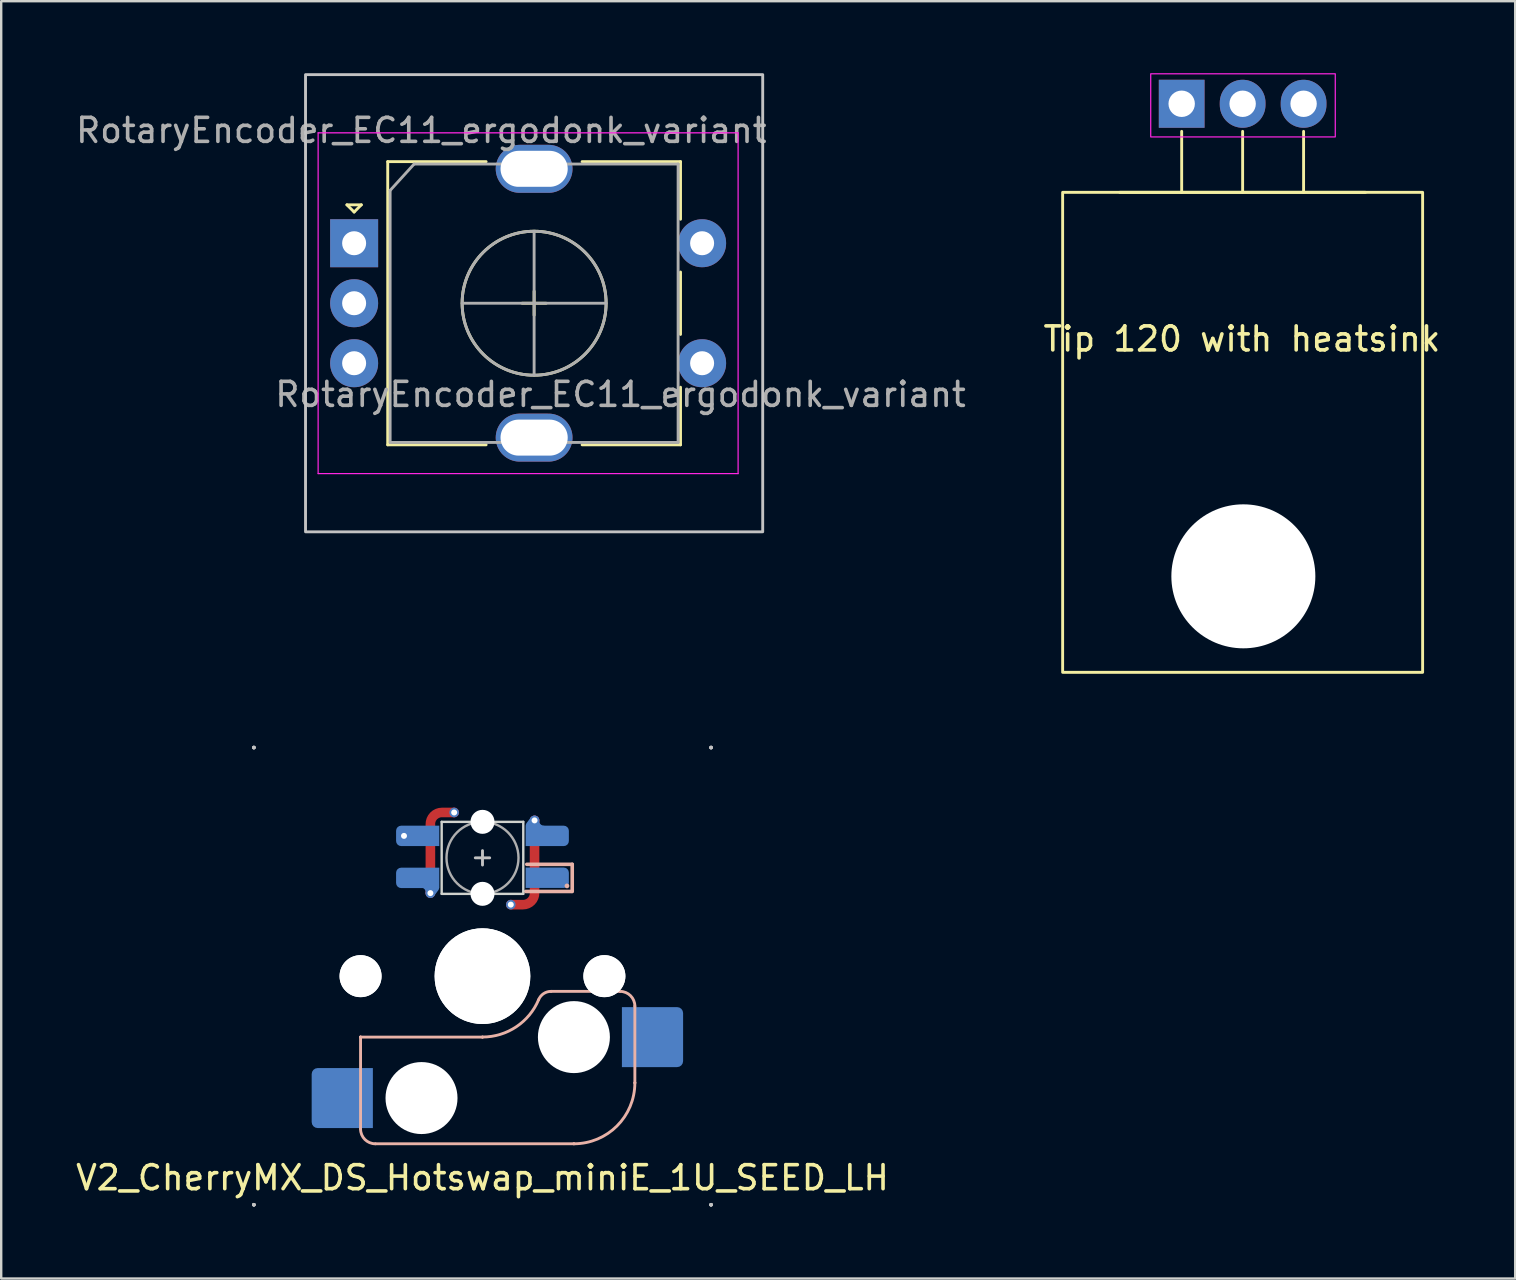
<source format=kicad_pcb>
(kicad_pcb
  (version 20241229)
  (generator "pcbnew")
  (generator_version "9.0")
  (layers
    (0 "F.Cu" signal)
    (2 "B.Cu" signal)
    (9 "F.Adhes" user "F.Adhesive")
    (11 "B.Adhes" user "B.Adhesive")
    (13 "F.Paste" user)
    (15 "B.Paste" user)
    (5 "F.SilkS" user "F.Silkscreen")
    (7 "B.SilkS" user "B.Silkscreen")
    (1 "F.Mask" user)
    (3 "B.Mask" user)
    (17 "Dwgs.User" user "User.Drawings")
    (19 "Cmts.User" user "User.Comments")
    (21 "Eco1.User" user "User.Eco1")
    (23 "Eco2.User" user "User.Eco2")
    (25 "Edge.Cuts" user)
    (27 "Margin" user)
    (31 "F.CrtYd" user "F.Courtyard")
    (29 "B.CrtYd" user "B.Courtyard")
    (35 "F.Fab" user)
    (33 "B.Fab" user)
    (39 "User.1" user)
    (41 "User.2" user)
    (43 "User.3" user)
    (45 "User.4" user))
  (footprint "RotaryEncoder_EC11_ergodonk_variant"
    (layer "F.Cu")
    (at 19.206 9.585)
    (property "Reference" "RotaryEncoder_EC11_ergodonk_variant" (at -4.7 -7.2 0) (layer "F.Fab") (effects (font (size 1 1) (thickness 0.15))))
    (attr through_hole)
    (fp_line (start -7.8 -4.1) (end -7.2 -4.1) (stroke (width 0.12) (type solid)) (layer "F.SilkS"))
    (fp_line (start -7.5 -3.8) (end -7.8 -4.1) (stroke (width 0.12) (type solid)) (layer "F.SilkS"))
    (fp_line (start -7.2 -4.1) (end -7.5 -3.8) (stroke (width 0.12) (type solid)) (layer "F.SilkS"))
    (fp_line (start -6.1 -5.9) (end -6.1 5.9) (stroke (width 0.12) (type solid)) (layer "F.SilkS"))
    (fp_line (start -2 -5.9) (end -6.1 -5.9) (stroke (width 0.12) (type solid)) (layer "F.SilkS"))
    (fp_line (start -2 5.9) (end -6.1 5.9) (stroke (width 0.12) (type solid)) (layer "F.SilkS"))
    (fp_line (start -0.5 0) (end 0.5 0) (stroke (width 0.12) (type solid)) (layer "F.SilkS"))
    (fp_line (start 0 -0.5) (end 0 0.5) (stroke (width 0.12) (type solid)) (layer "F.SilkS"))
    (fp_line (start 2 -5.9) (end 6.1 -5.9) (stroke (width 0.12) (type solid)) (layer "F.SilkS"))
    (fp_line (start 6.1 -5.9) (end 6.1 -3.5) (stroke (width 0.12) (type solid)) (layer "F.SilkS"))
    (fp_line (start 6.1 -1.3) (end 6.1 1.3) (stroke (width 0.12) (type solid)) (layer "F.SilkS"))
    (fp_line (start 6.1 3.5) (end 6.1 5.9) (stroke (width 0.12) (type solid)) (layer "F.SilkS"))
    (fp_line (start 6.1 5.9) (end 2 5.9) (stroke (width 0.12) (type solid)) (layer "F.SilkS"))
    (fp_circle (center 0 0) (end 3 0) (stroke (width 0.12) (type solid)) (fill no) (layer "F.SilkS"))
    (fp_rect (start 9.525 -9.525) (end -9.525 9.525) (stroke (width 0.12) (type solid)) (fill no) (layer "Dwgs.User"))
    (fp_line (start -9 -7.1) (end -9 7.1) (stroke (width 0.05) (type solid)) (layer "F.CrtYd"))
    (fp_line (start -9 -7.1) (end 8.5 -7.1) (stroke (width 0.05) (type solid)) (layer "F.CrtYd"))
    (fp_line (start 8.5 7.1) (end -9 7.1) (stroke (width 0.05) (type solid)) (layer "F.CrtYd"))
    (fp_line (start 8.5 7.1) (end 8.5 -7.1) (stroke (width 0.05) (type solid)) (layer "F.CrtYd"))
    (fp_line (start -6 -4.7) (end -5 -5.8) (stroke (width 0.12) (type solid)) (layer "F.Fab"))
    (fp_line (start -6 5.8) (end -6 -4.7) (stroke (width 0.12) (type solid)) (layer "F.Fab"))
    (fp_line (start -5 -5.8) (end 6 -5.8) (stroke (width 0.12) (type solid)) (layer "F.Fab"))
    (fp_line (start -3 0) (end 3 0) (stroke (width 0.12) (type solid)) (layer "F.Fab"))
    (fp_line (start 0 -3) (end 0 3) (stroke (width 0.12) (type solid)) (layer "F.Fab"))
    (fp_line (start 6 -5.8) (end 6 5.8) (stroke (width 0.12) (type solid)) (layer "F.Fab"))
    (fp_line (start 6 5.8) (end -6 5.8) (stroke (width 0.12) (type solid)) (layer "F.Fab"))
    (fp_circle (center 0 0) (end 3 0) (stroke (width 0.12) (type solid)) (fill no) (layer "F.Fab"))
    (fp_text user "${REFERENCE}" (at 3.6 3.8 0) (layer "F.Fab") (effects (font (size 1 1) (thickness 0.15))))
    (pad "" np_thru_hole oval (at 0 -5.6) (size 3.2 2) (drill oval 2.8 1.5) (layers "*.Cu" "*.Mask"))
    (pad "" np_thru_hole oval (at 0 5.6) (size 3.2 2) (drill oval 2.8 1.5) (layers "*.Cu" "*.Mask"))
    (pad "A" thru_hole rect (at -7.5 -2.5) (size 2 2) (drill 1) (layers "*.Cu" "*.Mask"))
    (pad "B" thru_hole circle (at -7.5 2.5) (size 2 2) (drill 1) (layers "*.Cu" "*.Mask"))
    (pad "C" thru_hole circle (at -7.5 0) (size 2 2) (drill 1) (layers "*.Cu" "*.Mask"))
    (pad "S1" thru_hole circle (at 7 2.5) (size 2 2) (drill 1) (layers "*.Cu" "*.Mask"))
    (pad "S2" thru_hole circle (at 7 -2.5) (size 2 2) (drill 1) (layers "*.Cu" "*.Mask")))
  (footprint "V2_CherryMX_DS_Hotswap_miniE_1U_SEED_LH"
    (layer "F.Cu")
    (at 17.054 37.625)
    (property "Reference" "V2_CherryMX_DS_Hotswap_miniE_1U_SEED_LH" (at 0 8.4 180) (layer "F.SilkS") (effects (font (size 1 1) (thickness 0.15))))
    (attr through_hole)
    (fp_line (start -5.08 2.54) (end -5.08 2.54) (stroke (width 0.12) (type solid)) (layer "B.SilkS"))
    (fp_line (start -5.08 2.54) (end -5.08 2.54) (stroke (width 0.12) (type solid)) (layer "B.SilkS"))
    (fp_line (start -5.08 6.36) (end -5.08 2.54) (stroke (width 0.12) (type solid)) (layer "B.SilkS"))
    (fp_line (start -4.46 6.985) (end 3.81 6.985) (stroke (width 0.12) (type solid)) (layer "B.SilkS"))
    (fp_line (start 0 2.54) (end -5.08 2.54) (stroke (width 0.12) (type solid)) (layer "B.SilkS"))
    (fp_line (start 0 2.54) (end 0 2.54) (stroke (width 0.12) (type solid)) (layer "B.SilkS"))
    (fp_line (start 1.8 -3.53) (end 3.724 -3.53) (stroke (width 0.15) (type solid)) (layer "B.SilkS"))
    (fp_line (start 2.86 0.635) (end 5.72 0.635) (stroke (width 0.12) (type solid)) (layer "B.SilkS"))
    (fp_line (start 3.74 -4.66) (end 1.847 -4.66) (stroke (width 0.15) (type solid)) (layer "B.SilkS"))
    (fp_line (start 3.74 -3.53) (end 3.74 -4.66) (stroke (width 0.15) (type solid)) (layer "B.SilkS"))
    (fp_line (start 3.81 6.985) (end 3.81 6.985) (stroke (width 0.12) (type solid)) (layer "B.SilkS"))
    (fp_line (start 6.35 1.25) (end 6.35 4.445) (stroke (width 0.12) (type solid)) (layer "B.SilkS"))
    (fp_line (start 6.35 4.445) (end 6.35 4.445) (stroke (width 0.12) (type solid)) (layer "B.SilkS"))
    (fp_arc (start -4.465 6.985) (mid -4.899871 6.804871) (end -5.08 6.37) (stroke (width 0.12) (type default)) (layer "B.SilkS"))
    (fp_arc (start 2.34 0.98) (mid 1.405313 2.11213) (end 0 2.536928) (stroke (width 0.12) (type solid)) (layer "B.SilkS"))
    (fp_arc (start 2.34 0.98) (mid 2.547382 0.727885) (end 2.859999 0.633863) (stroke (width 0.12) (type default)) (layer "B.SilkS"))
    (fp_arc (start 5.735129 0.635) (mid 6.17 0.815129) (end 6.350129 1.25) (stroke (width 0.12) (type default)) (layer "B.SilkS"))
    (fp_arc (start 6.35 4.445) (mid 5.606051 6.241051) (end 3.81 6.985) (stroke (width 0.12) (type solid)) (layer "B.SilkS"))
    (fp_circle (center 3.521 -3.76) (end 3.62 -3.76) (stroke (width 0) (type solid)) (fill yes) (layer "B.SilkS"))
    (fp_line (start -9.525 -9.525) (end -9.525 -9.525) (stroke (width 0.15) (type solid)) (layer "Dwgs.User"))
    (fp_line (start -9.525 -9.525) (end -9.525 -9.525) (stroke (width 0.15) (type solid)) (layer "Dwgs.User"))
    (fp_line (start -9.525 -9.525) (end -9.525 -9.525) (stroke (width 0.15) (type solid)) (layer "Dwgs.User"))
    (fp_line (start -9.525 -9.525) (end -9.525 -9.525) (stroke (width 0.15) (type solid)) (layer "Dwgs.User"))
    (fp_line (start -9.525 9.525) (end -9.525 9.525) (stroke (width 0.15) (type solid)) (layer "Dwgs.User"))
    (fp_line (start -9.525 9.525) (end -9.525 9.525) (stroke (width 0.15) (type solid)) (layer "Dwgs.User"))
    (fp_line (start -9.525 9.525) (end -9.525 9.525) (stroke (width 0.15) (type solid)) (layer "Dwgs.User"))
    (fp_line (start -9.525 9.525) (end -9.525 9.525) (stroke (width 0.15) (type solid)) (layer "Dwgs.User"))
    (fp_line (start -0.299 -4.93) (end 0.3 -4.93) (stroke (width 0.12) (type solid)) (layer "Dwgs.User"))
    (fp_line (start 0.001 -4.63) (end 0.001 -5.23) (stroke (width 0.12) (type solid)) (layer "Dwgs.User"))
    (fp_line (start 9.525 -9.525) (end 9.525 -9.525) (stroke (width 0.15) (type solid)) (layer "Dwgs.User"))
    (fp_line (start 9.525 -9.525) (end 9.525 -9.525) (stroke (width 0.15) (type solid)) (layer "Dwgs.User"))
    (fp_line (start 9.525 -9.525) (end 9.525 -9.525) (stroke (width 0.15) (type solid)) (layer "Dwgs.User"))
    (fp_line (start 9.525 -9.525) (end 9.525 -9.525) (stroke (width 0.15) (type solid)) (layer "Dwgs.User"))
    (fp_line (start 9.525 9.525) (end 9.525 9.525) (stroke (width 0.15) (type solid)) (layer "Dwgs.User"))
    (fp_line (start 9.525 9.525) (end 9.525 9.525) (stroke (width 0.15) (type solid)) (layer "Dwgs.User"))
    (fp_line (start 9.525 9.525) (end 9.525 9.525) (stroke (width 0.15) (type solid)) (layer "Dwgs.User"))
    (fp_line (start 9.525 9.525) (end 9.525 9.525) (stroke (width 0.15) (type solid)) (layer "Dwgs.User"))
    (fp_rect (start -7 -7) (end 7 7) (stroke (width 0.12) (type default)) (fill no) (layer "Eco2.User"))
    (fp_line (start -1.7 -6.43) (end -1.7 -3.43) (stroke (width 0.1) (type solid)) (layer "Edge.Cuts"))
    (fp_line (start 1.7 -6.43) (end -1.7 -6.43) (stroke (width 0.1) (type solid)) (layer "Edge.Cuts"))
    (fp_line (start 1.7 -3.43) (end -1.7 -3.43) (stroke (width 0.1) (type solid)) (layer "Edge.Cuts"))
    (fp_line (start 1.7 -3.43) (end 1.7 -6.43) (stroke (width 0.1) (type solid)) (layer "Edge.Cuts"))
    (fp_circle (center 0.001 -4.93) (end 0.001 -6.43) (stroke (width 0.1) (type solid)) (fill no) (layer "F.Fab"))
    (fp_line (start -9.525 9.525) (end -9.525 -9.525) (stroke (width 0.15) (type solid)) (layer "User.2"))
    (fp_line (start 9.525 -9.525) (end -9.525 -9.525) (stroke (width 0.15) (type solid)) (layer "User.2"))
    (fp_line (start 9.525 9.525) (end -9.525 9.525) (stroke (width 0.15) (type solid)) (layer "User.2"))
    (fp_line (start 9.525 9.525) (end 9.525 -9.525) (stroke (width 0.15) (type solid)) (layer "User.2"))
    (pad "" np_thru_hole circle (at -5.08 0 180) (size 1.75 1.75) (drill 1.75) (layers "*.Cu" "*.Mask"))
    (pad "" np_thru_hole circle (at -5.08 0 180) (size 1.75 1.75) (drill 1.75) (layers "*.Cu" "*.Mask"))
    (pad "" smd roundrect (at -2.689 -5.845) (size 1.82 0.85) (layers "B.Mask") (roundrect_rratio 0.25) (chamfer_ratio 0) (chamfer top_right bottom_right))
    (pad "" smd roundrect (at -2.689 -4.095) (size 1.82 0.84) (layers "B.Mask") (roundrect_rratio 0.25) (chamfer_ratio 0) (chamfer top_right bottom_right))
    (pad "" np_thru_hole circle (at -2.54 5.08 180) (size 3 3) (drill 3) (layers "*.Cu" "*.Mask"))
    (pad "" np_thru_hole circle (at 0 0 180) (size 3.988 3.988) (drill 3.988) (layers "*.Cu" "*.Mask"))
    (pad "" np_thru_hole circle (at 0 0 180) (size 3.988 3.988) (drill 3.988) (layers "*.Cu" "*.Mask"))
    (pad "" np_thru_hole circle (at 0.001 -6.43 180) (size 1 1) (drill 1) (layers "*.Cu" "*.Mask"))
    (pad "" np_thru_hole circle (at 0.001 -3.43 180) (size 1 1) (drill 1) (layers "*.Cu" "*.Mask"))
    (pad "" smd rect (at 2.471 -4.09 180) (size 1.38 0.84) (layers "B.Mask"))
    (pad "" smd roundrect (at 2.691 -5.84 180) (size 1.82 0.84) (layers "B.Mask") (roundrect_rratio 0.25) (chamfer_ratio 0) (chamfer top_right bottom_right))
    (pad "" smd roundrect (at 2.855 -4.09 180) (size 1.49 0.84) (layers "B.Mask") (roundrect_rratio 0.25) (chamfer_ratio 0.5) (chamfer top_left))
    (pad "" np_thru_hole circle (at 3.81 2.54 180) (size 3 3) (drill 3) (layers "*.Cu" "*.Mask"))
    (pad "" np_thru_hole circle (at 5.08 0 180) (size 1.75 1.75) (drill 1.75) (layers "*.Cu" "*.Mask"))
    (pad "" np_thru_hole circle (at 5.08 0 180) (size 1.75 1.75) (drill 1.75) (layers "*.Cu" "*.Mask"))
    (pad "1" thru_hole circle (at -3.27 -5.845 180) (size 0.4 0.4) (drill 0.25) (layers "*.Cu" "*.Mask"))
    (pad "1" smd custom (at -2.7 -5.845) (size 0.85 0.85) (layers "B.Cu") (options (anchor circle)) (primitives (gr_poly (pts (xy -0.9 -0.212) (xy -0.884 -0.294) (xy -0.838 -0.363) (xy -0.769 -0.409) (xy -0.688 -0.425) (xy 0.9 -0.425) (xy 0.9 0.425) (xy -0.688 0.425) (xy -0.769 0.409) (xy -0.838 0.363) (xy -0.884 0.294) (xy -0.9 0.212)) (width 0) (fill yes))))
    (pad "2" smd custom (at -2.7 -4.095 180) (size 0.85 0.85) (layers "B.Cu") (options (anchor circle)) (primitives (gr_arc (start -0.150799 -0.213566) (mid -0.4195 -0.324865) (end -0.530799 -0.593566) (width 0.4)) (gr_line (start -0.529 -0.625) (end -0.7 -0.395) (width 0.4)) (gr_poly (pts (xy -0.9 -0.425) (xy 0.688 -0.425) (xy 0.769 -0.409) (xy 0.838 -0.363) (xy 0.884 -0.294) (xy 0.9 -0.212) (xy 0.9 0.212) (xy 0.884 0.294) (xy 0.838 0.363) (xy 0.769 0.409) (xy 0.688 0.425) (xy -0.9 0.425)) (width 0) (fill yes)) (gr_line (start -0.529 -0.635) (end -0.529 -0.265) (width 0.4))))
    (pad "2" thru_hole circle (at -2.17 -3.46 180) (size 0.4 0.4) (drill 0.25) (layers "*.Cu" "*.Mask"))
    (pad "2" smd custom (at -2.17 -3.46 180) (size 0.4 0.4) (layers "F.Cu") (options (anchor circle)) (primitives (gr_line (start 0 0) (end 0 2.87) (width 0.4)) (gr_arc (start 0 2.87) (mid -0.136998 3.21593) (end -0.48 3.360103) (width 0.4)) (gr_line (start -0.48 3.36) (end -0.99 3.36) (width 0.4))))
    (pad "2" thru_hole circle (at -1.18 -6.82 180) (size 0.4 0.4) (drill 0.25) (layers "*.Cu" "*.Mask"))
    (pad "3" smd custom (at 2.7 -4.1 180) (size 0.85 0.85) (layers "B.Cu") (options (anchor circle)) (primitives (gr_poly (pts (xy 0.9 -0.425) (xy -0.688 -0.425) (xy -0.769 -0.409) (xy -0.838 -0.363) (xy -0.884 -0.294) (xy -0.9 -0.212) (xy -0.9 0.212) (xy -0.884 0.294) (xy -0.838 0.363) (xy -0.769 0.409) (xy -0.688 0.425) (xy 0.9 0.425)) (width 0) (fill yes))))
    (pad "4" thru_hole circle (at 1.18 -2.98 180) (size 0.4 0.4) (drill 0.25) (layers "*.Cu" "*.Mask"))
    (pad "4" thru_hole circle (at 2.17 -6.49 180) (size 0.4 0.4) (drill 0.25) (layers "*.Cu" "*.Mask"))
    (pad "4" smd custom (at 2.17 -6.49) (size 0.4 0.4) (layers "F.Cu") (options (anchor circle)) (primitives (gr_line (start 0 0) (end 0 3.02) (width 0.4)) (gr_arc (start 0 3.019897) (mid -0.136998 3.365827) (end -0.48 3.51) (width 0.4)) (gr_line (start -0.48 3.51) (end -0.99 3.51) (width 0.4))))
    (pad "4" smd custom (at 2.7 -5.845) (size 0.85 0.85) (layers "B.Cu") (options (anchor circle)) (primitives (gr_arc (start -0.151799 -0.233836) (mid -0.4205 -0.345135) (end -0.531799 -0.613836) (width 0.4)) (gr_line (start -0.53 -0.645) (end -0.701 -0.415) (width 0.4)) (gr_poly (pts (xy -0.9 -0.425) (xy 0.688 -0.425) (xy 0.769 -0.409) (xy 0.838 -0.363) (xy 0.884 -0.294) (xy 0.9 -0.212) (xy 0.9 0.212) (xy 0.884 0.294) (xy 0.838 0.363) (xy 0.769 0.409) (xy 0.688 0.425) (xy -0.9 0.425)) (width 0) (fill yes))))
    (pad "5" smd roundrect (at 7.085 2.54 180) (size 2.55 2.5) (layers "B.Cu" "B.Mask" "B.Paste") (roundrect_rratio 0.1) (chamfer_ratio 0) (chamfer top_right bottom_right))
    (pad "6" smd roundrect (at -5.842 5.08 180) (size 2.55 2.5) (layers "B.Cu" "B.Mask" "B.Paste") (roundrect_rratio 0.1) (chamfer_ratio 0) (chamfer top_left bottom_left)))
  (footprint "Tip 120 with heatsink"
    (layer "F.Cu")
    (at 48.729 12.512)
    (property "Reference" "Tip 120 with heatsink" (at -0.03 -1.438 0) (layer "F.SilkS") (effects (font (size 1 1) (thickness 0.15))))
    (attr through_hole)
    (fp_line (start -5.12 -7.548) (end 5.12 -7.548) (stroke (width 0.12) (type solid)) (layer "F.SilkS"))
    (fp_line (start -2.54 -10.088) (end -2.54 -7.548) (stroke (width 0.12) (type solid)) (layer "F.SilkS"))
    (fp_line (start 0 -10.088) (end 0 -7.548) (stroke (width 0.12) (type solid)) (layer "F.SilkS"))
    (fp_line (start 2.54 -10.088) (end 2.54 -7.548) (stroke (width 0.12) (type solid)) (layer "F.SilkS"))
    (fp_rect (start 7.5 12.453) (end -7.5 -7.548) (stroke (width 0.12) (type default)) (fill no) (layer "F.SilkS"))
    (fp_rect (start -3.83 -12.488) (end 3.86 -9.857) (stroke (width 0.05) (type default)) (fill no) (layer "F.CrtYd"))
    (pad "" np_thru_hole circle (at 0.03 8.453) (size 6 6) (drill 6) (layers "*.Cu" "*.Mask"))
    (pad "1" thru_hole rect (at -2.54 -11.238) (size 1.905 2) (drill 1.1) (layers "*.Cu" "*.Mask"))
    (pad "2" thru_hole oval (at 0 -11.238) (size 1.905 2) (drill 1.1) (layers "*.Cu" "*.Mask"))
    (pad "3" thru_hole oval (at 2.54 -11.238) (size 1.905 2) (drill 1.1) (layers "*.Cu" "*.Mask")))
  (gr_rect
    (start -3 -3)
    (end 60.086 50.225)
    (stroke (width 0.1) (type default))
    (fill no)
    (layer "Edge.Cuts")))
</source>
